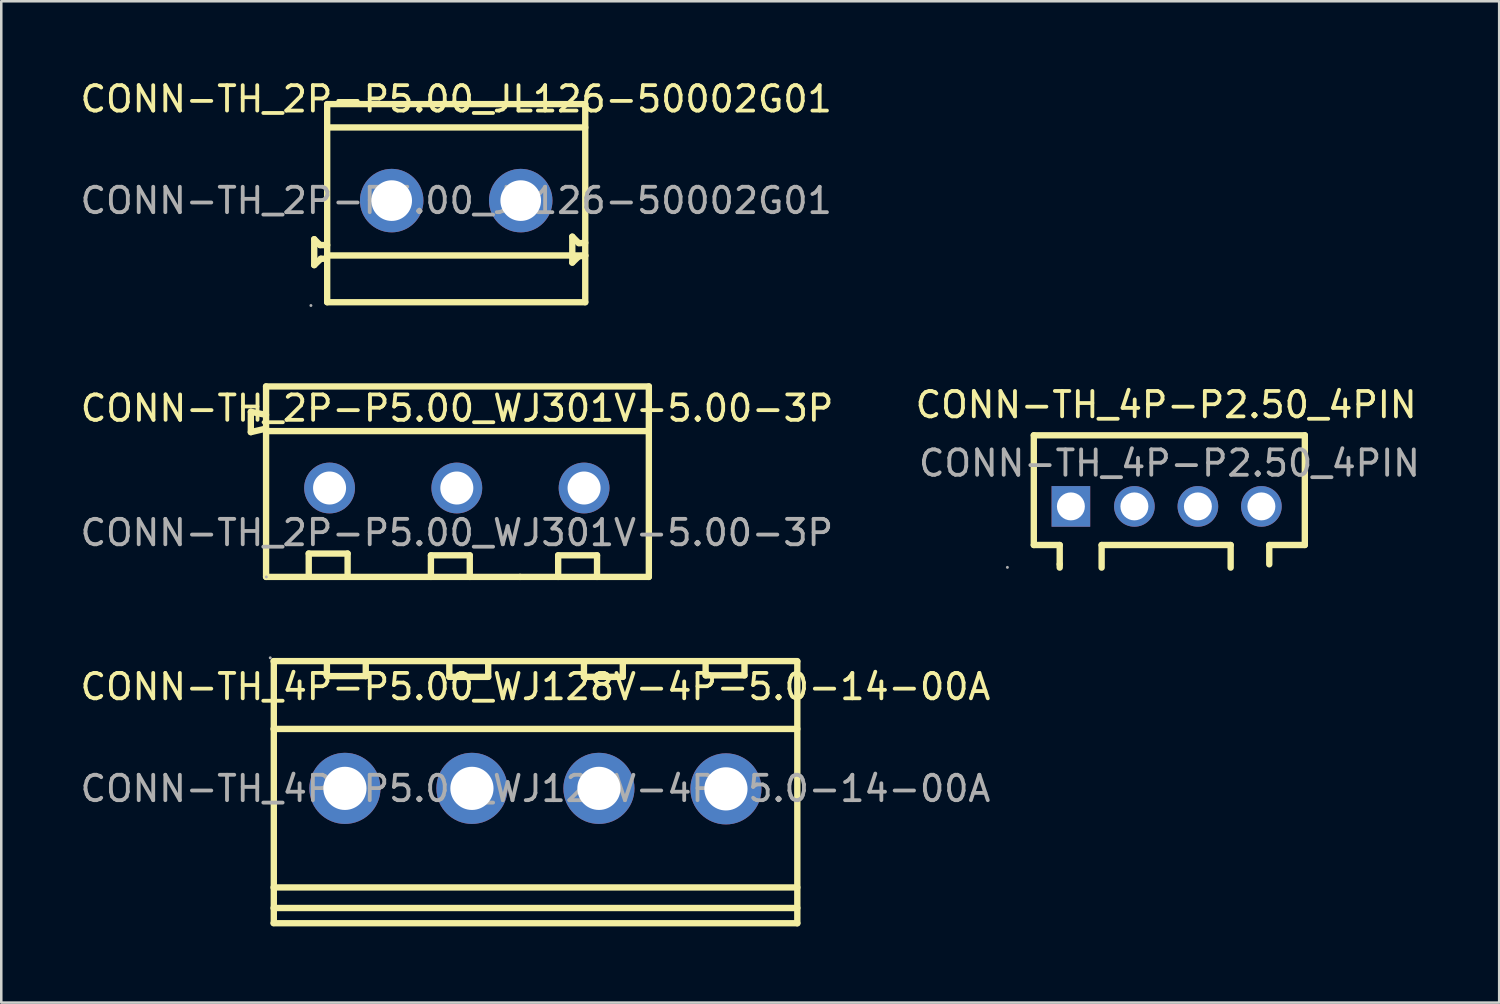
<source format=kicad_pcb>
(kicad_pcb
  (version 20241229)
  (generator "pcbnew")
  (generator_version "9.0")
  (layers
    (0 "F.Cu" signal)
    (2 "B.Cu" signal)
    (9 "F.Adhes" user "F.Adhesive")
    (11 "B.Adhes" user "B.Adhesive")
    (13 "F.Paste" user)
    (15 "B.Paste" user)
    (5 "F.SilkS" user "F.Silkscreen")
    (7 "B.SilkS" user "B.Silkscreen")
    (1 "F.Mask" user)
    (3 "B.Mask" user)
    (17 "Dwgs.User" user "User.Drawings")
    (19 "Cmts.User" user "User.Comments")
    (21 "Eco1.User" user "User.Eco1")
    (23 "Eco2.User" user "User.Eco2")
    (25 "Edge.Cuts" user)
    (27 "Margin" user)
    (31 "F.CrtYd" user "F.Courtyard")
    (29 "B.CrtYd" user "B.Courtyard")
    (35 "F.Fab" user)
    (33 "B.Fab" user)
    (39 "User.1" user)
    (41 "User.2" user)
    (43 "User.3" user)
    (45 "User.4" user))
  (footprint "CONN-TH_4P-P2.50_4PIN"
    (layer "F.Cu")
    (at 42.861 16.887)
    (property "Reference" "CONN-TH_4P-P2.50_4PIN" (at 0 -4 0) (layer "F.SilkS") (effects (font (size 1 1) (thickness 0.15))))
    (attr through_hole)
    (fp_line (start -5.21 -2.8) (end -5.21 1.52) (stroke (width 0.25) (type solid)) (layer "F.SilkS"))
    (fp_line (start -5.21 1.52) (end -4.19 1.52) (stroke (width 0.25) (type solid)) (layer "F.SilkS"))
    (fp_line (start -4.19 1.52) (end -4.19 2.28) (stroke (width 0.25) (type solid)) (layer "F.SilkS"))
    (fp_line (start -4.19 2.28) (end -4.19 2.41) (stroke (width 0.25) (type solid)) (layer "F.SilkS"))
    (fp_line (start -2.54 1.52) (end 2.54 1.52) (stroke (width 0.25) (type solid)) (layer "F.SilkS"))
    (fp_line (start -2.54 2.41) (end -2.54 1.52) (stroke (width 0.25) (type solid)) (layer "F.SilkS"))
    (fp_line (start 2.54 1.52) (end 2.54 2.41) (stroke (width 0.25) (type solid)) (layer "F.SilkS"))
    (fp_line (start 4.06 1.52) (end 5.46 1.52) (stroke (width 0.25) (type solid)) (layer "F.SilkS"))
    (fp_line (start 4.06 2.28) (end 4.06 1.52) (stroke (width 0.25) (type solid)) (layer "F.SilkS"))
    (fp_line (start 5.46 -2.8) (end -5.21 -2.8) (stroke (width 0.25) (type solid)) (layer "F.SilkS"))
    (fp_line (start 5.46 1.52) (end 5.46 -2.8) (stroke (width 0.25) (type solid)) (layer "F.SilkS"))
    (fp_circle (center -6.25 2.4) (end -6.22 2.4) (stroke (width 0.06) (type solid)) (fill no) (layer "F.Fab"))
    (fp_text user "${REFERENCE}" (at 0.13 -1.7 0) (layer "F.Fab") (effects (font (size 1 1) (thickness 0.15))))
    (pad "1" thru_hole rect (at -3.75 0) (size 1.52 1.6) (drill 1.1) (layers "*.Cu" "*.Mask"))
    (pad "2" thru_hole circle (at -1.25 0) (size 1.6 1.6) (drill 1.1) (layers "*.Cu" "*.Mask"))
    (pad "3" thru_hole circle (at 1.25 0) (size 1.6 1.6) (drill 1.1) (layers "*.Cu" "*.Mask"))
    (pad "4" thru_hole circle (at 3.75 0) (size 1.6 1.6) (drill 1.1) (layers "*.Cu" "*.Mask")))
  (footprint "CONN-TH_2P-P5.00_WJ301V-5.00-3P"
    (layer "F.Cu")
    (at 14.935 16.163)
    (property "Reference" "CONN-TH_2P-P5.00_WJ301V-5.00-3P" (at 0.01 -3.14 0) (layer "F.SilkS") (effects (font (size 1 1) (thickness 0.15))))
    (attr through_hole)
    (fp_line (start -8.11 -3) (end -7.51 -2.88) (stroke (width 0.25) (type solid)) (layer "F.SilkS"))
    (fp_line (start -8.11 -2.2) (end -8.11 -3) (stroke (width 0.25) (type solid)) (layer "F.SilkS"))
    (fp_line (start -7.51 -4) (end -7.51 3.5) (stroke (width 0.25) (type solid)) (layer "F.SilkS"))
    (fp_line (start -7.51 -2.34) (end -8.11 -2.2) (stroke (width 0.25) (type solid)) (layer "F.SilkS"))
    (fp_line (start -7.51 -2.24) (end 7.56 -2.24) (stroke (width 0.25) (type solid)) (layer "F.SilkS"))
    (fp_line (start -5.83 2.58) (end -5.83 3.47) (stroke (width 0.25) (type solid)) (layer "F.SilkS"))
    (fp_line (start -4.3 2.58) (end -5.83 2.58) (stroke (width 0.25) (type solid)) (layer "F.SilkS"))
    (fp_line (start -4.3 3.47) (end -4.3 2.58) (stroke (width 0.25) (type solid)) (layer "F.SilkS"))
    (fp_line (start -1.02 2.65) (end -1.02 3.5) (stroke (width 0.25) (type solid)) (layer "F.SilkS"))
    (fp_line (start 0.51 2.65) (end -1.02 2.65) (stroke (width 0.25) (type solid)) (layer "F.SilkS"))
    (fp_line (start 0.51 3.5) (end 0.51 2.65) (stroke (width 0.25) (type solid)) (layer "F.SilkS"))
    (fp_line (start 2.49 3.5) (end -7.51 3.5) (stroke (width 0.25) (type solid)) (layer "F.SilkS"))
    (fp_line (start 2.49 3.5) (end 7.56 3.5) (stroke (width 0.25) (type solid)) (layer "F.SilkS"))
    (fp_line (start 3.99 2.65) (end 3.99 3.5) (stroke (width 0.25) (type solid)) (layer "F.SilkS"))
    (fp_line (start 5.52 2.65) (end 3.99 2.65) (stroke (width 0.25) (type solid)) (layer "F.SilkS"))
    (fp_line (start 5.52 3.5) (end 5.52 2.65) (stroke (width 0.25) (type solid)) (layer "F.SilkS"))
    (fp_line (start 7.56 -4) (end -7.51 -4) (stroke (width 0.25) (type solid)) (layer "F.SilkS"))
    (fp_line (start 7.56 3.5) (end 7.56 -4) (stroke (width 0.25) (type solid)) (layer "F.SilkS"))
    (fp_circle (center -7.5 3.5) (end -7.47 3.5) (stroke (width 0.06) (type solid)) (fill no) (layer "F.Fab"))
    (fp_text user "${REFERENCE}" (at 0 1.76 0) (layer "F.Fab") (effects (font (size 1 1) (thickness 0.15))))
    (pad "1" thru_hole circle (at -5.01 0) (size 2 2) (drill 1.3) (layers "*.Cu" "*.Mask"))
    (pad "2" thru_hole circle (at 0 0) (size 2 2) (drill 1.3) (layers "*.Cu" "*.Mask"))
    (pad "3" thru_hole circle (at 5.01 0) (size 2 2) (drill 1.3) (layers "*.Cu" "*.Mask")))
  (footprint "CONN-TH_4P-P5.00_WJ128V-4P-5.0-14-00A"
    (layer "F.Cu")
    (at 18.03 27.998)
    (property "Reference" "CONN-TH_4P-P5.00_WJ128V-4P-5.0-14-00A" (at 0 -4.01 0) (layer "F.SilkS") (effects (font (size 1 1) (thickness 0.15))))
    (attr through_hole)
    (fp_line (start -10.3 -5.01) (end -10.3 5.29) (stroke (width 0.25) (type solid)) (layer "F.SilkS"))
    (fp_line (start -8.21 -4.97) (end -8.21 -4.43) (stroke (width 0.25) (type solid)) (layer "F.SilkS"))
    (fp_line (start -8.21 -4.43) (end -6.68 -4.43) (stroke (width 0.25) (type solid)) (layer "F.SilkS"))
    (fp_line (start -6.68 -4.43) (end -6.68 -4.97) (stroke (width 0.25) (type solid)) (layer "F.SilkS"))
    (fp_line (start -3.39 -4.94) (end -3.39 -4.4) (stroke (width 0.25) (type solid)) (layer "F.SilkS"))
    (fp_line (start -3.39 -4.4) (end -1.86 -4.4) (stroke (width 0.25) (type solid)) (layer "F.SilkS"))
    (fp_line (start -1.86 -4.4) (end -1.86 -4.94) (stroke (width 0.25) (type solid)) (layer "F.SilkS"))
    (fp_line (start 1.91 -4.94) (end 1.91 -4.4) (stroke (width 0.25) (type solid)) (layer "F.SilkS"))
    (fp_line (start 1.91 -4.4) (end 3.44 -4.4) (stroke (width 0.25) (type solid)) (layer "F.SilkS"))
    (fp_line (start 3.44 -4.4) (end 3.44 -4.94) (stroke (width 0.25) (type solid)) (layer "F.SilkS"))
    (fp_line (start 6.7 -5) (end 6.7 -4.46) (stroke (width 0.25) (type solid)) (layer "F.SilkS"))
    (fp_line (start 6.7 -4.46) (end 8.23 -4.46) (stroke (width 0.25) (type solid)) (layer "F.SilkS"))
    (fp_line (start 8.23 -4.46) (end 8.23 -5) (stroke (width 0.25) (type solid)) (layer "F.SilkS"))
    (fp_line (start 10.31 -5.02) (end -10.31 -5.02) (stroke (width 0.25) (type solid)) (layer "F.SilkS"))
    (fp_line (start 10.31 -5) (end 10.31 5.3) (stroke (width 0.25) (type solid)) (layer "F.SilkS"))
    (fp_line (start 10.31 -2.35) (end -10.31 -2.35) (stroke (width 0.25) (type solid)) (layer "F.SilkS"))
    (fp_line (start 10.31 3.89) (end -10.31 3.89) (stroke (width 0.25) (type solid)) (layer "F.SilkS"))
    (fp_line (start 10.31 4.7) (end -10.31 4.7) (stroke (width 0.25) (type solid)) (layer "F.SilkS"))
    (fp_line (start 10.31 5.3) (end -10.31 5.3) (stroke (width 0.25) (type solid)) (layer "F.SilkS"))
    (fp_circle (center -10.44 -5.15) (end -10.41 -5.15) (stroke (width 0.06) (type solid)) (fill no) (layer "F.Fab"))
    (fp_circle (center -7.5 -0.01) (end -7.12 -0.01) (stroke (width 0.75) (type solid)) (fill no) (layer "F.Fab"))
    (fp_circle (center -2.5 -0.01) (end -2.12 -0.01) (stroke (width 0.75) (type solid)) (fill no) (layer "F.Fab"))
    (fp_circle (center 2.5 -0.01) (end 2.88 -0.01) (stroke (width 0.75) (type solid)) (fill no) (layer "F.Fab"))
    (fp_circle (center 7.5 0.01) (end 7.88 0.01) (stroke (width 0.75) (type solid)) (fill no) (layer "F.Fab"))
    (fp_text user "${REFERENCE}" (at 0 0 0) (layer "F.Fab") (effects (font (size 1 1) (thickness 0.15))))
    (pad "1" thru_hole circle (at -7.5 -0.01) (size 2.8 2.8) (drill 1.7) (layers "*.Cu" "*.Mask"))
    (pad "2" thru_hole circle (at -2.5 -0.01) (size 2.8 2.8) (drill 1.7) (layers "*.Cu" "*.Mask"))
    (pad "3" thru_hole circle (at 2.5 -0.01) (size 2.8 2.8) (drill 1.7) (layers "*.Cu" "*.Mask"))
    (pad "4" thru_hole circle (at 7.5 0.01) (size 2.8 2.8) (drill 1.7) (layers "*.Cu" "*.Mask")))
  (footprint "CONN-TH_2P-P5.00_JL126-50002G01"
    (layer "F.Cu")
    (at 14.911 4.848)
    (property "Reference" "CONN-TH_2P-P5.00_JL126-50002G01" (at 0 -4 0) (layer "F.SilkS") (effects (font (size 1 1) (thickness 0.15))))
    (attr through_hole)
    (fp_line (start -5.59 1.52) (end -5.59 2.54) (stroke (width 0.25) (type solid)) (layer "F.SilkS"))
    (fp_line (start -5.59 2.54) (end -5.33 2.29) (stroke (width 0.25) (type solid)) (layer "F.SilkS"))
    (fp_line (start -5.36 1.75) (end -5.59 1.52) (stroke (width 0.25) (type solid)) (layer "F.SilkS"))
    (fp_line (start -5.33 2.29) (end -5.21 2.29) (stroke (width 0.25) (type solid)) (layer "F.SilkS"))
    (fp_line (start -5.08 -3.8) (end 5.08 -3.8) (stroke (width 0.25) (type solid)) (layer "F.SilkS"))
    (fp_line (start -5.08 -2.88) (end 5.08 -2.88) (stroke (width 0.25) (type solid)) (layer "F.SilkS"))
    (fp_line (start -5.08 1.75) (end -5.36 1.75) (stroke (width 0.25) (type solid)) (layer "F.SilkS"))
    (fp_line (start -5.08 2.16) (end 5.08 2.16) (stroke (width 0.25) (type solid)) (layer "F.SilkS"))
    (fp_line (start -5.08 4) (end -5.08 -3.8) (stroke (width 0.25) (type solid)) (layer "F.SilkS"))
    (fp_line (start 4.57 1.42) (end 4.57 2.44) (stroke (width 0.25) (type solid)) (layer "F.SilkS"))
    (fp_line (start 4.57 2.44) (end 4.83 2.19) (stroke (width 0.25) (type solid)) (layer "F.SilkS"))
    (fp_line (start 4.8 1.65) (end 4.57 1.42) (stroke (width 0.25) (type solid)) (layer "F.SilkS"))
    (fp_line (start 4.83 1.68) (end 5.08 1.66) (stroke (width 0.25) (type solid)) (layer "F.SilkS"))
    (fp_line (start 4.83 2.19) (end 5.08 2.17) (stroke (width 0.25) (type solid)) (layer "F.SilkS"))
    (fp_line (start 5.08 -3.8) (end 5.08 4) (stroke (width 0.25) (type solid)) (layer "F.SilkS"))
    (fp_line (start 5.08 4) (end -5.08 4) (stroke (width 0.25) (type solid)) (layer "F.SilkS"))
    (fp_circle (center -5.72 4.13) (end -5.69 4.13) (stroke (width 0.06) (type solid)) (fill no) (layer "F.Fab"))
    (fp_circle (center -2.54 0) (end -2.19 0) (stroke (width 0.7) (type solid)) (fill no) (layer "F.Fab"))
    (fp_circle (center 2.54 0) (end 2.89 0) (stroke (width 0.7) (type solid)) (fill no) (layer "F.Fab"))
    (fp_text user "${REFERENCE}" (at 0 0 0) (layer "F.Fab") (effects (font (size 1 1) (thickness 0.15))))
    (pad "1" thru_hole circle (at -2.54 0) (size 2.5 2.5) (drill 1.6) (layers "*.Cu" "*.Mask"))
    (pad "2" thru_hole circle (at 2.54 0) (size 2.5 2.5) (drill 1.6) (layers "*.Cu" "*.Mask")))
  (gr_rect
    (start -3 -3)
    (end 55.973 36.423)
    (stroke (width 0.1) (type default))
    (fill no)
    (layer "Edge.Cuts")))
</source>
